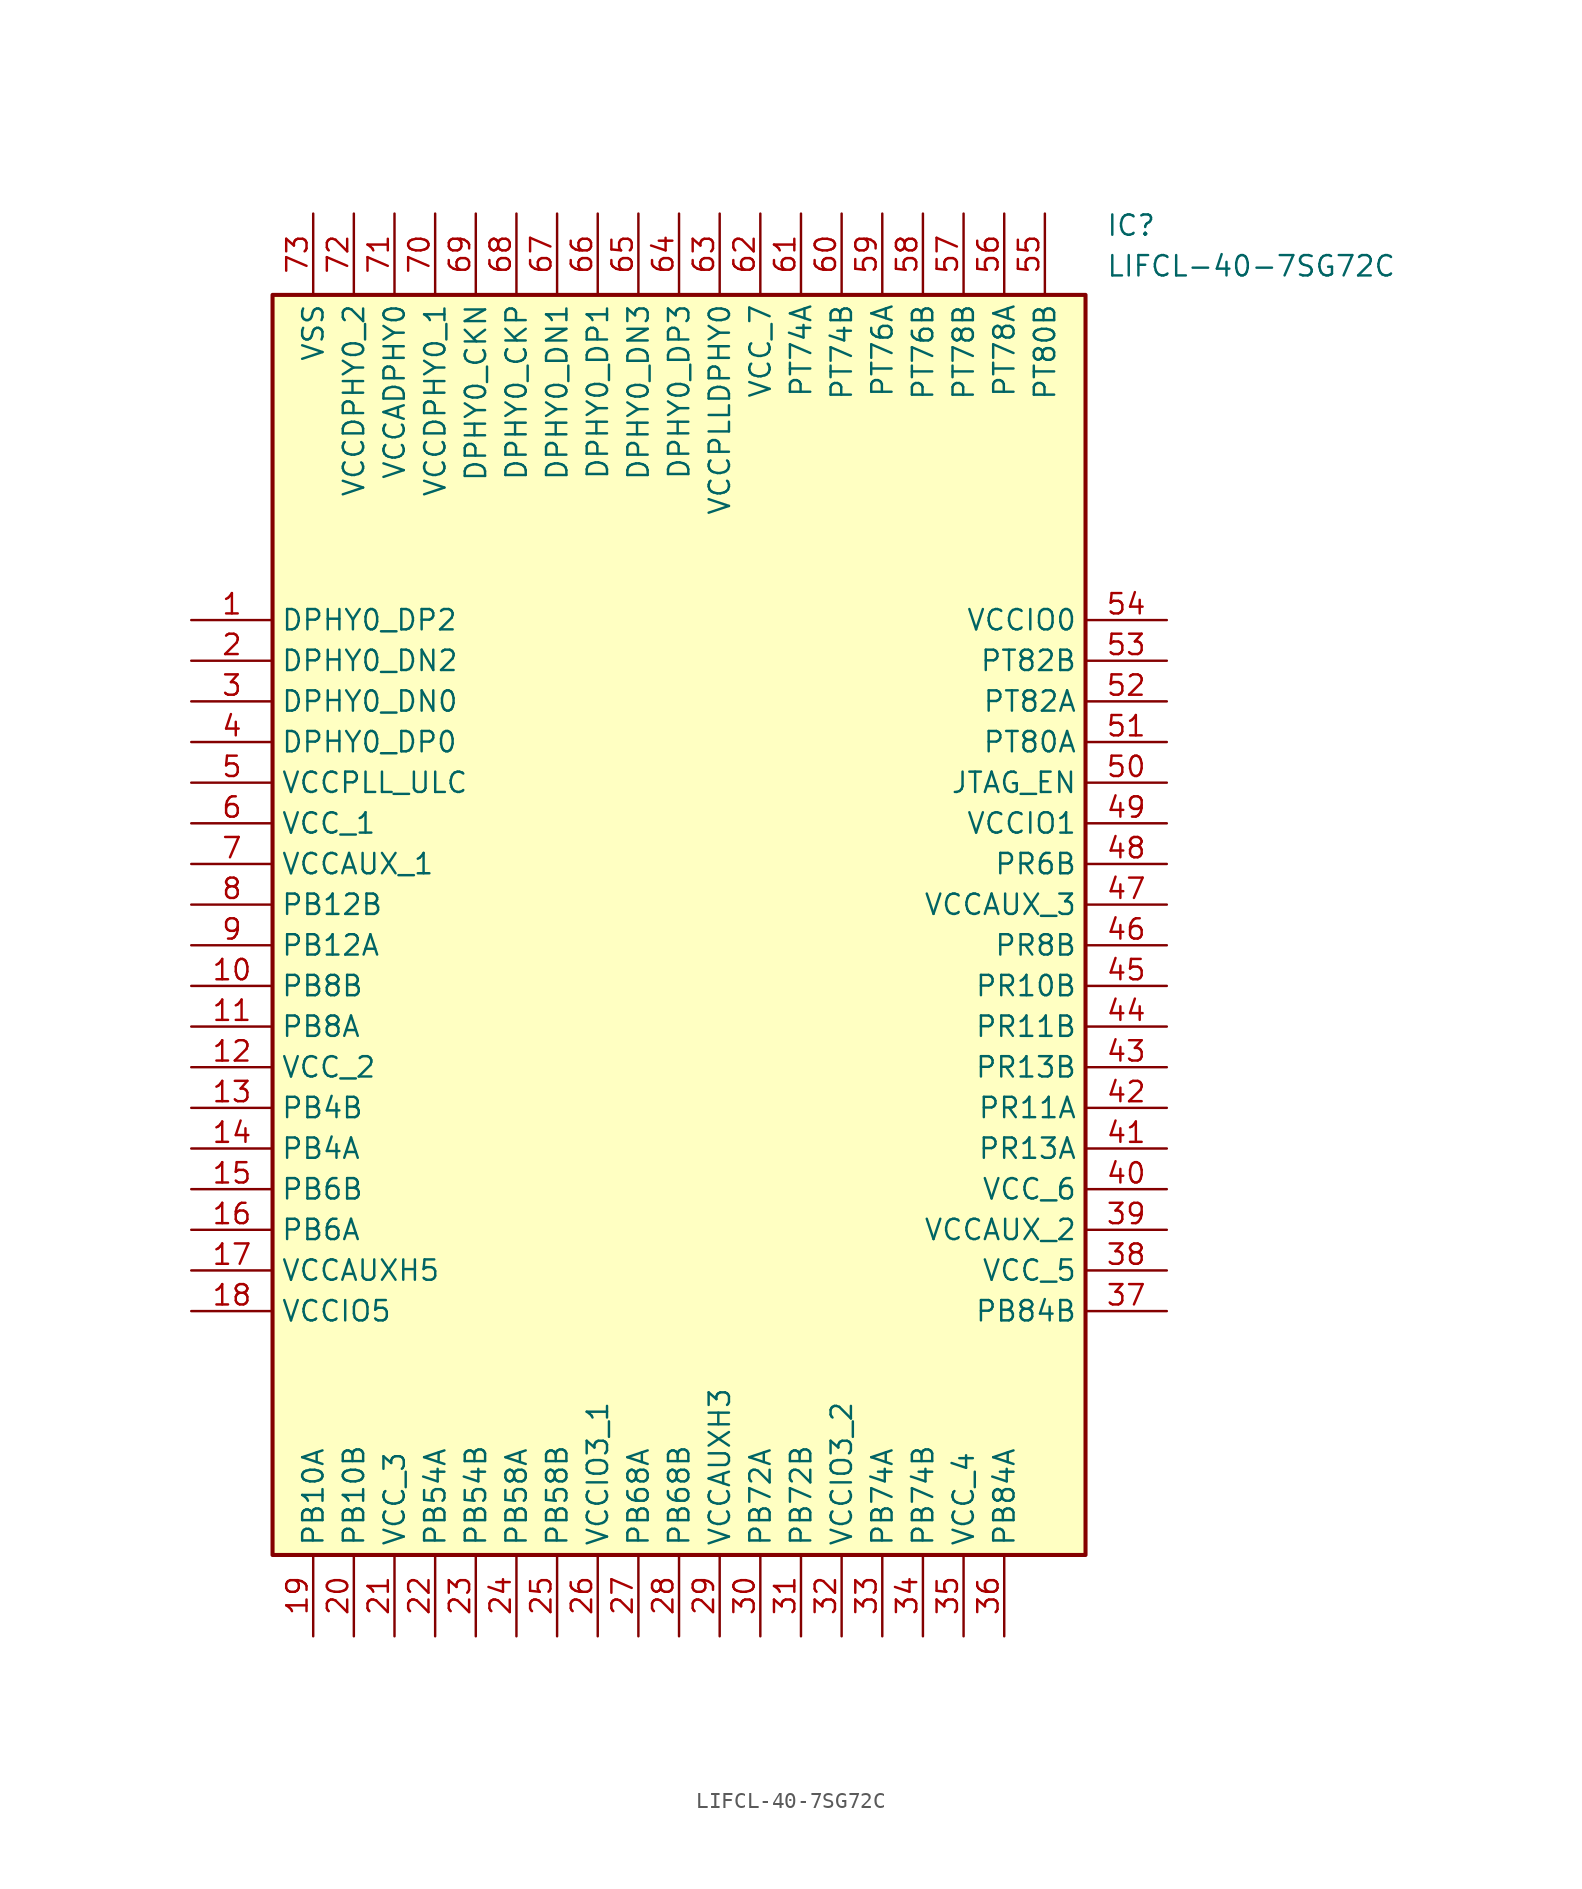
<source format=kicad_sym>
(kicad_symbol_lib
  (version 20220914)
  (generator kicad_symbol_editor)
  (symbol "LIFCL-40-7SG72C"
    (property "Reference" "IC"
      (at 57.15 25.4 0)
      (effects (font (size 1.27 1.27)) (justify left top)))
    (property "Value" "LIFCL-40-7SG72C"
      (at 57.15 22.86 0)
      (effects (font (size 1.27 1.27)) (justify left top)))
    (symbol "LIFCL-40-7SG72C_1_1"
      (rectangle (start 5.08 20.32) (end 55.88 -58.42) (stroke (width 0.254) (type default)) (fill (type background)))
      (pin passive line (at 0 0 0) (length 5.08) (name "DPHY0_DP2" (effects (font (size 1.27 1.27)))) (number "1" (effects (font (size 1.27 1.27)))))
      (pin passive line (at 0 -22.86 0) (length 5.08) (name "PB8B" (effects (font (size 1.27 1.27)))) (number "10" (effects (font (size 1.27 1.27)))))
      (pin passive line (at 0 -25.4 0) (length 5.08) (name "PB8A" (effects (font (size 1.27 1.27)))) (number "11" (effects (font (size 1.27 1.27)))))
      (pin passive line (at 0 -27.94 0) (length 5.08) (name "VCC_2" (effects (font (size 1.27 1.27)))) (number "12" (effects (font (size 1.27 1.27)))))
      (pin passive line (at 0 -30.48 0) (length 5.08) (name "PB4B" (effects (font (size 1.27 1.27)))) (number "13" (effects (font (size 1.27 1.27)))))
      (pin passive line (at 0 -33.02 0) (length 5.08) (name "PB4A" (effects (font (size 1.27 1.27)))) (number "14" (effects (font (size 1.27 1.27)))))
      (pin passive line (at 0 -35.56 0) (length 5.08) (name "PB6B" (effects (font (size 1.27 1.27)))) (number "15" (effects (font (size 1.27 1.27)))))
      (pin passive line (at 0 -38.1 0) (length 5.08) (name "PB6A" (effects (font (size 1.27 1.27)))) (number "16" (effects (font (size 1.27 1.27)))))
      (pin passive line (at 0 -40.64 0) (length 5.08) (name "VCCAUXH5" (effects (font (size 1.27 1.27)))) (number "17" (effects (font (size 1.27 1.27)))))
      (pin passive line (at 0 -43.18 0) (length 5.08) (name "VCCIO5" (effects (font (size 1.27 1.27)))) (number "18" (effects (font (size 1.27 1.27)))))
      (pin passive line (at 7.62 -63.5 90) (length 5.08) (name "PB10A" (effects (font (size 1.27 1.27)))) (number "19" (effects (font (size 1.27 1.27)))))
      (pin passive line (at 0 -2.54 0) (length 5.08) (name "DPHY0_DN2" (effects (font (size 1.27 1.27)))) (number "2" (effects (font (size 1.27 1.27)))))
      (pin passive line (at 10.16 -63.5 90) (length 5.08) (name "PB10B" (effects (font (size 1.27 1.27)))) (number "20" (effects (font (size 1.27 1.27)))))
      (pin passive line (at 12.7 -63.5 90) (length 5.08) (name "VCC_3" (effects (font (size 1.27 1.27)))) (number "21" (effects (font (size 1.27 1.27)))))
      (pin passive line (at 15.24 -63.5 90) (length 5.08) (name "PB54A" (effects (font (size 1.27 1.27)))) (number "22" (effects (font (size 1.27 1.27)))))
      (pin passive line (at 17.78 -63.5 90) (length 5.08) (name "PB54B" (effects (font (size 1.27 1.27)))) (number "23" (effects (font (size 1.27 1.27)))))
      (pin passive line (at 20.32 -63.5 90) (length 5.08) (name "PB58A" (effects (font (size 1.27 1.27)))) (number "24" (effects (font (size 1.27 1.27)))))
      (pin passive line (at 22.86 -63.5 90) (length 5.08) (name "PB58B" (effects (font (size 1.27 1.27)))) (number "25" (effects (font (size 1.27 1.27)))))
      (pin passive line (at 25.4 -63.5 90) (length 5.08) (name "VCCIO3_1" (effects (font (size 1.27 1.27)))) (number "26" (effects (font (size 1.27 1.27)))))
      (pin passive line (at 27.94 -63.5 90) (length 5.08) (name "PB68A" (effects (font (size 1.27 1.27)))) (number "27" (effects (font (size 1.27 1.27)))))
      (pin passive line (at 30.48 -63.5 90) (length 5.08) (name "PB68B" (effects (font (size 1.27 1.27)))) (number "28" (effects (font (size 1.27 1.27)))))
      (pin passive line (at 33.02 -63.5 90) (length 5.08) (name "VCCAUXH3" (effects (font (size 1.27 1.27)))) (number "29" (effects (font (size 1.27 1.27)))))
      (pin passive line (at 0 -5.08 0) (length 5.08) (name "DPHY0_DN0" (effects (font (size 1.27 1.27)))) (number "3" (effects (font (size 1.27 1.27)))))
      (pin passive line (at 35.56 -63.5 90) (length 5.08) (name "PB72A" (effects (font (size 1.27 1.27)))) (number "30" (effects (font (size 1.27 1.27)))))
      (pin passive line (at 38.1 -63.5 90) (length 5.08) (name "PB72B" (effects (font (size 1.27 1.27)))) (number "31" (effects (font (size 1.27 1.27)))))
      (pin passive line (at 40.64 -63.5 90) (length 5.08) (name "VCCIO3_2" (effects (font (size 1.27 1.27)))) (number "32" (effects (font (size 1.27 1.27)))))
      (pin passive line (at 43.18 -63.5 90) (length 5.08) (name "PB74A" (effects (font (size 1.27 1.27)))) (number "33" (effects (font (size 1.27 1.27)))))
      (pin passive line (at 45.72 -63.5 90) (length 5.08) (name "PB74B" (effects (font (size 1.27 1.27)))) (number "34" (effects (font (size 1.27 1.27)))))
      (pin passive line (at 48.26 -63.5 90) (length 5.08) (name "VCC_4" (effects (font (size 1.27 1.27)))) (number "35" (effects (font (size 1.27 1.27)))))
      (pin passive line (at 50.8 -63.5 90) (length 5.08) (name "PB84A" (effects (font (size 1.27 1.27)))) (number "36" (effects (font (size 1.27 1.27)))))
      (pin passive line (at 60.96 -43.18 180) (length 5.08) (name "PB84B" (effects (font (size 1.27 1.27)))) (number "37" (effects (font (size 1.27 1.27)))))
      (pin passive line (at 60.96 -40.64 180) (length 5.08) (name "VCC_5" (effects (font (size 1.27 1.27)))) (number "38" (effects (font (size 1.27 1.27)))))
      (pin passive line (at 60.96 -38.1 180) (length 5.08) (name "VCCAUX_2" (effects (font (size 1.27 1.27)))) (number "39" (effects (font (size 1.27 1.27)))))
      (pin passive line (at 0 -7.62 0) (length 5.08) (name "DPHY0_DP0" (effects (font (size 1.27 1.27)))) (number "4" (effects (font (size 1.27 1.27)))))
      (pin passive line (at 60.96 -35.56 180) (length 5.08) (name "VCC_6" (effects (font (size 1.27 1.27)))) (number "40" (effects (font (size 1.27 1.27)))))
      (pin passive line (at 60.96 -33.02 180) (length 5.08) (name "PR13A" (effects (font (size 1.27 1.27)))) (number "41" (effects (font (size 1.27 1.27)))))
      (pin passive line (at 60.96 -30.48 180) (length 5.08) (name "PR11A" (effects (font (size 1.27 1.27)))) (number "42" (effects (font (size 1.27 1.27)))))
      (pin passive line (at 60.96 -27.94 180) (length 5.08) (name "PR13B" (effects (font (size 1.27 1.27)))) (number "43" (effects (font (size 1.27 1.27)))))
      (pin passive line (at 60.96 -25.4 180) (length 5.08) (name "PR11B" (effects (font (size 1.27 1.27)))) (number "44" (effects (font (size 1.27 1.27)))))
      (pin passive line (at 60.96 -22.86 180) (length 5.08) (name "PR10B" (effects (font (size 1.27 1.27)))) (number "45" (effects (font (size 1.27 1.27)))))
      (pin passive line (at 60.96 -20.32 180) (length 5.08) (name "PR8B" (effects (font (size 1.27 1.27)))) (number "46" (effects (font (size 1.27 1.27)))))
      (pin passive line (at 60.96 -17.78 180) (length 5.08) (name "VCCAUX_3" (effects (font (size 1.27 1.27)))) (number "47" (effects (font (size 1.27 1.27)))))
      (pin passive line (at 60.96 -15.24 180) (length 5.08) (name "PR6B" (effects (font (size 1.27 1.27)))) (number "48" (effects (font (size 1.27 1.27)))))
      (pin passive line (at 60.96 -12.7 180) (length 5.08) (name "VCCIO1" (effects (font (size 1.27 1.27)))) (number "49" (effects (font (size 1.27 1.27)))))
      (pin passive line (at 0 -10.16 0) (length 5.08) (name "VCCPLL_ULC" (effects (font (size 1.27 1.27)))) (number "5" (effects (font (size 1.27 1.27)))))
      (pin passive line (at 60.96 -10.16 180) (length 5.08) (name "JTAG_EN" (effects (font (size 1.27 1.27)))) (number "50" (effects (font (size 1.27 1.27)))))
      (pin passive line (at 60.96 -7.62 180) (length 5.08) (name "PT80A" (effects (font (size 1.27 1.27)))) (number "51" (effects (font (size 1.27 1.27)))))
      (pin passive line (at 60.96 -5.08 180) (length 5.08) (name "PT82A" (effects (font (size 1.27 1.27)))) (number "52" (effects (font (size 1.27 1.27)))))
      (pin passive line (at 60.96 -2.54 180) (length 5.08) (name "PT82B" (effects (font (size 1.27 1.27)))) (number "53" (effects (font (size 1.27 1.27)))))
      (pin passive line (at 60.96 0 180) (length 5.08) (name "VCCIO0" (effects (font (size 1.27 1.27)))) (number "54" (effects (font (size 1.27 1.27)))))
      (pin passive line (at 53.34 25.4 270) (length 5.08) (name "PT80B" (effects (font (size 1.27 1.27)))) (number "55" (effects (font (size 1.27 1.27)))))
      (pin passive line (at 50.8 25.4 270) (length 5.08) (name "PT78A" (effects (font (size 1.27 1.27)))) (number "56" (effects (font (size 1.27 1.27)))))
      (pin passive line (at 48.26 25.4 270) (length 5.08) (name "PT78B" (effects (font (size 1.27 1.27)))) (number "57" (effects (font (size 1.27 1.27)))))
      (pin passive line (at 45.72 25.4 270) (length 5.08) (name "PT76B" (effects (font (size 1.27 1.27)))) (number "58" (effects (font (size 1.27 1.27)))))
      (pin passive line (at 43.18 25.4 270) (length 5.08) (name "PT76A" (effects (font (size 1.27 1.27)))) (number "59" (effects (font (size 1.27 1.27)))))
      (pin passive line (at 0 -12.7 0) (length 5.08) (name "VCC_1" (effects (font (size 1.27 1.27)))) (number "6" (effects (font (size 1.27 1.27)))))
      (pin passive line (at 40.64 25.4 270) (length 5.08) (name "PT74B" (effects (font (size 1.27 1.27)))) (number "60" (effects (font (size 1.27 1.27)))))
      (pin passive line (at 38.1 25.4 270) (length 5.08) (name "PT74A" (effects (font (size 1.27 1.27)))) (number "61" (effects (font (size 1.27 1.27)))))
      (pin passive line (at 35.56 25.4 270) (length 5.08) (name "VCC_7" (effects (font (size 1.27 1.27)))) (number "62" (effects (font (size 1.27 1.27)))))
      (pin passive line (at 33.02 25.4 270) (length 5.08) (name "VCCPLLDPHY0" (effects (font (size 1.27 1.27)))) (number "63" (effects (font (size 1.27 1.27)))))
      (pin passive line (at 30.48 25.4 270) (length 5.08) (name "DPHY0_DP3" (effects (font (size 1.27 1.27)))) (number "64" (effects (font (size 1.27 1.27)))))
      (pin passive line (at 27.94 25.4 270) (length 5.08) (name "DPHY0_DN3" (effects (font (size 1.27 1.27)))) (number "65" (effects (font (size 1.27 1.27)))))
      (pin passive line (at 25.4 25.4 270) (length 5.08) (name "DPHY0_DP1" (effects (font (size 1.27 1.27)))) (number "66" (effects (font (size 1.27 1.27)))))
      (pin passive line (at 22.86 25.4 270) (length 5.08) (name "DPHY0_DN1" (effects (font (size 1.27 1.27)))) (number "67" (effects (font (size 1.27 1.27)))))
      (pin passive line (at 20.32 25.4 270) (length 5.08) (name "DPHY0_CKP" (effects (font (size 1.27 1.27)))) (number "68" (effects (font (size 1.27 1.27)))))
      (pin passive line (at 17.78 25.4 270) (length 5.08) (name "DPHY0_CKN" (effects (font (size 1.27 1.27)))) (number "69" (effects (font (size 1.27 1.27)))))
      (pin passive line (at 0 -15.24 0) (length 5.08) (name "VCCAUX_1" (effects (font (size 1.27 1.27)))) (number "7" (effects (font (size 1.27 1.27)))))
      (pin passive line (at 15.24 25.4 270) (length 5.08) (name "VCCDPHY0_1" (effects (font (size 1.27 1.27)))) (number "70" (effects (font (size 1.27 1.27)))))
      (pin passive line (at 12.7 25.4 270) (length 5.08) (name "VCCADPHY0" (effects (font (size 1.27 1.27)))) (number "71" (effects (font (size 1.27 1.27)))))
      (pin passive line (at 10.16 25.4 270) (length 5.08) (name "VCCDPHY0_2" (effects (font (size 1.27 1.27)))) (number "72" (effects (font (size 1.27 1.27)))))
      (pin passive line (at 7.62 25.4 270) (length 5.08) (name "VSS" (effects (font (size 1.27 1.27)))) (number "73" (effects (font (size 1.27 1.27)))))
      (pin passive line (at 0 -17.78 0) (length 5.08) (name "PB12B" (effects (font (size 1.27 1.27)))) (number "8" (effects (font (size 1.27 1.27)))))
      (pin passive line (at 0 -20.32 0) (length 5.08) (name "PB12A" (effects (font (size 1.27 1.27)))) (number "9" (effects (font (size 1.27 1.27))))))))
</source>
